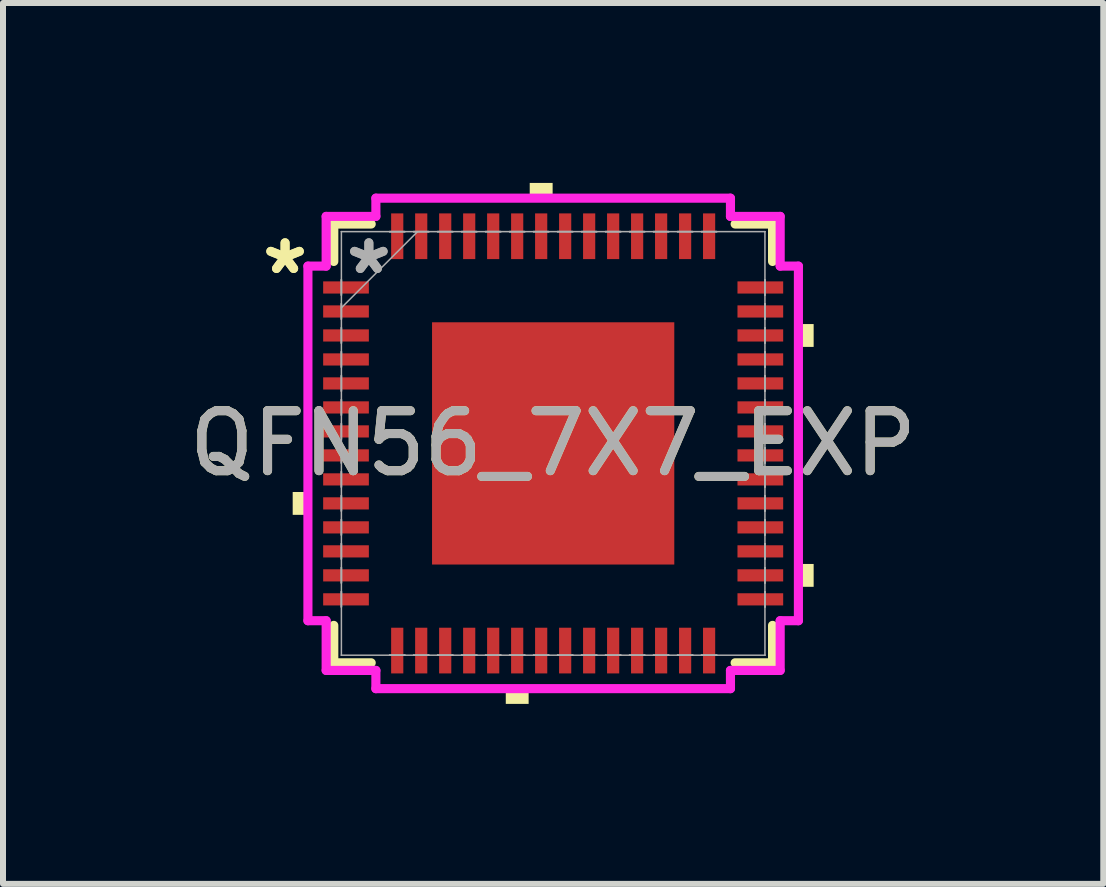
<source format=kicad_pcb>
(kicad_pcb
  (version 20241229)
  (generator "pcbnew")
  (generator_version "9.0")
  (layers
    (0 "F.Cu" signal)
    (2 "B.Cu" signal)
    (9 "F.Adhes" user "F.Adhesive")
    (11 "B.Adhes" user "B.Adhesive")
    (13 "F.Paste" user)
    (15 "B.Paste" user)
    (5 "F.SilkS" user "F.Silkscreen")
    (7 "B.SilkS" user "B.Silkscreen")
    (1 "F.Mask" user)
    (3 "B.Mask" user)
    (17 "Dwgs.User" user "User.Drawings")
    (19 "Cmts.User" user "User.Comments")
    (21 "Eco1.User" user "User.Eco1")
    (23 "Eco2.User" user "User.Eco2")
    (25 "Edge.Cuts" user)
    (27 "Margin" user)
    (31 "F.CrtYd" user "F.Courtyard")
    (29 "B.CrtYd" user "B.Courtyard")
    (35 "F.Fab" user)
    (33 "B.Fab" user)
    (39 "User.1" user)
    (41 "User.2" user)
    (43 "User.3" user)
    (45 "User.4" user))
  (footprint "QFN56_7X7_EXP"
    (layer "F.Cu")
    (at 6.173 4.343)
    (property "Reference" "QFN56_7X7_EXP" (at 0 0 0) (unlocked yes) (layer "F.SilkS") (effects (font (size 1 1) (thickness 0.15))))
    (attr smd)
    (fp_line (start -3.658 -3.658) (end -3.658 -3.034) (stroke (width 0.152) (type solid)) (layer "F.SilkS"))
    (fp_line (start -3.658 3.034) (end -3.658 3.658) (stroke (width 0.152) (type solid)) (layer "F.SilkS"))
    (fp_line (start -3.658 3.658) (end -3.034 3.658) (stroke (width 0.152) (type solid)) (layer "F.SilkS"))
    (fp_line (start -3.034 -3.658) (end -3.658 -3.658) (stroke (width 0.152) (type solid)) (layer "F.SilkS"))
    (fp_line (start 3.034 3.658) (end 3.658 3.658) (stroke (width 0.152) (type solid)) (layer "F.SilkS"))
    (fp_line (start 3.658 -3.658) (end 3.034 -3.658) (stroke (width 0.152) (type solid)) (layer "F.SilkS"))
    (fp_line (start 3.658 -3.034) (end 3.658 -3.658) (stroke (width 0.152) (type solid)) (layer "F.SilkS"))
    (fp_line (start 3.658 3.658) (end 3.658 3.034) (stroke (width 0.152) (type solid)) (layer "F.SilkS"))
    (fp_poly (pts (xy -4.343 0.81) (xy -4.343 1.191) (xy -4.089 1.191) (xy -4.089 0.81)) (stroke (width 0) (type solid)) (fill yes) (layer "F.SilkS"))
    (fp_poly (pts (xy -0.79 4.089) (xy -0.79 4.343) (xy -0.409 4.343) (xy -0.409 4.089)) (stroke (width 0) (type solid)) (fill yes) (layer "F.SilkS"))
    (fp_poly (pts (xy -0.391 -4.089) (xy -0.391 -4.343) (xy -0.009 -4.343) (xy -0.009 -4.089)) (stroke (width 0) (type solid)) (fill yes) (layer "F.SilkS"))
    (fp_poly (pts (xy 4.343 -1.99) (xy 4.343 -1.609) (xy 4.089 -1.609) (xy 4.089 -1.99)) (stroke (width 0) (type solid)) (fill yes) (layer "F.SilkS"))
    (fp_poly (pts (xy 4.343 2.01) (xy 4.343 2.391) (xy 4.089 2.391) (xy 4.089 2.01)) (stroke (width 0) (type solid)) (fill yes) (layer "F.SilkS"))
    (fp_poly (pts (xy -1.919 -1.919) (xy -1.919 -0.773) (xy -0.773 -0.773) (xy -0.773 -1.919)) (stroke (width 0) (type solid)) (fill yes) (layer "F.Paste"))
    (fp_poly (pts (xy -1.919 -0.573) (xy -1.919 0.573) (xy -0.773 0.573) (xy -0.773 -0.573)) (stroke (width 0) (type solid)) (fill yes) (layer "F.Paste"))
    (fp_poly (pts (xy -1.919 0.773) (xy -1.919 1.919) (xy -0.773 1.919) (xy -0.773 0.773)) (stroke (width 0) (type solid)) (fill yes) (layer "F.Paste"))
    (fp_poly (pts (xy -0.573 -1.919) (xy -0.573 -0.773) (xy 0.573 -0.773) (xy 0.573 -1.919)) (stroke (width 0) (type solid)) (fill yes) (layer "F.Paste"))
    (fp_poly (pts (xy -0.573 -0.573) (xy -0.573 0.573) (xy 0.573 0.573) (xy 0.573 -0.573)) (stroke (width 0) (type solid)) (fill yes) (layer "F.Paste"))
    (fp_poly (pts (xy -0.573 0.773) (xy -0.573 1.919) (xy 0.573 1.919) (xy 0.573 0.773)) (stroke (width 0) (type solid)) (fill yes) (layer "F.Paste"))
    (fp_poly (pts (xy 0.773 -1.919) (xy 0.773 -0.773) (xy 1.919 -0.773) (xy 1.919 -1.919)) (stroke (width 0) (type solid)) (fill yes) (layer "F.Paste"))
    (fp_poly (pts (xy 0.773 -0.573) (xy 0.773 0.573) (xy 1.919 0.573) (xy 1.919 -0.573)) (stroke (width 0) (type solid)) (fill yes) (layer "F.Paste"))
    (fp_poly (pts (xy 0.773 0.773) (xy 0.773 1.919) (xy 1.919 1.919) (xy 1.919 0.773)) (stroke (width 0) (type solid)) (fill yes) (layer "F.Paste"))
    (fp_line (start -4.089 -2.956) (end -3.785 -2.956) (stroke (width 0.152) (type solid)) (layer "F.CrtYd"))
    (fp_line (start -4.089 2.956) (end -4.089 -2.956) (stroke (width 0.152) (type solid)) (layer "F.CrtYd"))
    (fp_line (start -3.785 -3.785) (end -2.956 -3.785) (stroke (width 0.152) (type solid)) (layer "F.CrtYd"))
    (fp_line (start -3.785 -2.956) (end -3.785 -3.785) (stroke (width 0.152) (type solid)) (layer "F.CrtYd"))
    (fp_line (start -3.785 2.956) (end -4.089 2.956) (stroke (width 0.152) (type solid)) (layer "F.CrtYd"))
    (fp_line (start -3.785 3.785) (end -3.785 2.956) (stroke (width 0.152) (type solid)) (layer "F.CrtYd"))
    (fp_line (start -2.956 -4.089) (end 2.956 -4.089) (stroke (width 0.152) (type solid)) (layer "F.CrtYd"))
    (fp_line (start -2.956 -3.785) (end -2.956 -4.089) (stroke (width 0.152) (type solid)) (layer "F.CrtYd"))
    (fp_line (start -2.956 3.785) (end -3.785 3.785) (stroke (width 0.152) (type solid)) (layer "F.CrtYd"))
    (fp_line (start -2.956 4.089) (end -2.956 3.785) (stroke (width 0.152) (type solid)) (layer "F.CrtYd"))
    (fp_line (start 2.956 -4.089) (end 2.956 -3.785) (stroke (width 0.152) (type solid)) (layer "F.CrtYd"))
    (fp_line (start 2.956 -3.785) (end 3.785 -3.785) (stroke (width 0.152) (type solid)) (layer "F.CrtYd"))
    (fp_line (start 2.956 3.785) (end 2.956 4.089) (stroke (width 0.152) (type solid)) (layer "F.CrtYd"))
    (fp_line (start 2.956 4.089) (end -2.956 4.089) (stroke (width 0.152) (type solid)) (layer "F.CrtYd"))
    (fp_line (start 3.785 -3.785) (end 3.785 -2.956) (stroke (width 0.152) (type solid)) (layer "F.CrtYd"))
    (fp_line (start 3.785 -2.956) (end 4.089 -2.956) (stroke (width 0.152) (type solid)) (layer "F.CrtYd"))
    (fp_line (start 3.785 2.956) (end 3.785 3.785) (stroke (width 0.152) (type solid)) (layer "F.CrtYd"))
    (fp_line (start 3.785 3.785) (end 2.956 3.785) (stroke (width 0.152) (type solid)) (layer "F.CrtYd"))
    (fp_line (start 4.089 -2.956) (end 4.089 2.956) (stroke (width 0.152) (type solid)) (layer "F.CrtYd"))
    (fp_line (start 4.089 2.956) (end 3.785 2.956) (stroke (width 0.152) (type solid)) (layer "F.CrtYd"))
    (fp_line (start -3.531 -3.531) (end -3.531 -3.531) (stroke (width 0.025) (type solid)) (layer "F.Fab"))
    (fp_line (start -3.531 -3.531) (end -3.531 3.531) (stroke (width 0.025) (type solid)) (layer "F.Fab"))
    (fp_line (start -3.531 -2.727) (end -3.531 -2.727) (stroke (width 0.025) (type solid)) (layer "F.Fab"))
    (fp_line (start -3.531 -2.727) (end -3.531 -2.473) (stroke (width 0.025) (type solid)) (layer "F.Fab"))
    (fp_line (start -3.531 -2.473) (end -3.531 -2.727) (stroke (width 0.025) (type solid)) (layer "F.Fab"))
    (fp_line (start -3.531 -2.473) (end -3.531 -2.473) (stroke (width 0.025) (type solid)) (layer "F.Fab"))
    (fp_line (start -3.531 -2.327) (end -3.531 -2.327) (stroke (width 0.025) (type solid)) (layer "F.Fab"))
    (fp_line (start -3.531 -2.327) (end -3.531 -2.073) (stroke (width 0.025) (type solid)) (layer "F.Fab"))
    (fp_line (start -3.531 -2.261) (end -2.261 -3.531) (stroke (width 0.025) (type solid)) (layer "F.Fab"))
    (fp_line (start -3.531 -2.073) (end -3.531 -2.327) (stroke (width 0.025) (type solid)) (layer "F.Fab"))
    (fp_line (start -3.531 -2.073) (end -3.531 -2.073) (stroke (width 0.025) (type solid)) (layer "F.Fab"))
    (fp_line (start -3.531 -1.927) (end -3.531 -1.927) (stroke (width 0.025) (type solid)) (layer "F.Fab"))
    (fp_line (start -3.531 -1.927) (end -3.531 -1.673) (stroke (width 0.025) (type solid)) (layer "F.Fab"))
    (fp_line (start -3.531 -1.673) (end -3.531 -1.927) (stroke (width 0.025) (type solid)) (layer "F.Fab"))
    (fp_line (start -3.531 -1.673) (end -3.531 -1.673) (stroke (width 0.025) (type solid)) (layer "F.Fab"))
    (fp_line (start -3.531 -1.527) (end -3.531 -1.527) (stroke (width 0.025) (type solid)) (layer "F.Fab"))
    (fp_line (start -3.531 -1.527) (end -3.531 -1.273) (stroke (width 0.025) (type solid)) (layer "F.Fab"))
    (fp_line (start -3.531 -1.273) (end -3.531 -1.527) (stroke (width 0.025) (type solid)) (layer "F.Fab"))
    (fp_line (start -3.531 -1.273) (end -3.531 -1.273) (stroke (width 0.025) (type solid)) (layer "F.Fab"))
    (fp_line (start -3.531 -1.127) (end -3.531 -1.127) (stroke (width 0.025) (type solid)) (layer "F.Fab"))
    (fp_line (start -3.531 -1.127) (end -3.531 -0.873) (stroke (width 0.025) (type solid)) (layer "F.Fab"))
    (fp_line (start -3.531 -0.873) (end -3.531 -1.127) (stroke (width 0.025) (type solid)) (layer "F.Fab"))
    (fp_line (start -3.531 -0.873) (end -3.531 -0.873) (stroke (width 0.025) (type solid)) (layer "F.Fab"))
    (fp_line (start -3.531 -0.727) (end -3.531 -0.727) (stroke (width 0.025) (type solid)) (layer "F.Fab"))
    (fp_line (start -3.531 -0.727) (end -3.531 -0.473) (stroke (width 0.025) (type solid)) (layer "F.Fab"))
    (fp_line (start -3.531 -0.473) (end -3.531 -0.727) (stroke (width 0.025) (type solid)) (layer "F.Fab"))
    (fp_line (start -3.531 -0.473) (end -3.531 -0.473) (stroke (width 0.025) (type solid)) (layer "F.Fab"))
    (fp_line (start -3.531 -0.327) (end -3.531 -0.327) (stroke (width 0.025) (type solid)) (layer "F.Fab"))
    (fp_line (start -3.531 -0.327) (end -3.531 -0.073) (stroke (width 0.025) (type solid)) (layer "F.Fab"))
    (fp_line (start -3.531 -0.073) (end -3.531 -0.327) (stroke (width 0.025) (type solid)) (layer "F.Fab"))
    (fp_line (start -3.531 -0.073) (end -3.531 -0.073) (stroke (width 0.025) (type solid)) (layer "F.Fab"))
    (fp_line (start -3.531 0.073) (end -3.531 0.073) (stroke (width 0.025) (type solid)) (layer "F.Fab"))
    (fp_line (start -3.531 0.073) (end -3.531 0.327) (stroke (width 0.025) (type solid)) (layer "F.Fab"))
    (fp_line (start -3.531 0.327) (end -3.531 0.073) (stroke (width 0.025) (type solid)) (layer "F.Fab"))
    (fp_line (start -3.531 0.327) (end -3.531 0.327) (stroke (width 0.025) (type solid)) (layer "F.Fab"))
    (fp_line (start -3.531 0.473) (end -3.531 0.473) (stroke (width 0.025) (type solid)) (layer "F.Fab"))
    (fp_line (start -3.531 0.473) (end -3.531 0.727) (stroke (width 0.025) (type solid)) (layer "F.Fab"))
    (fp_line (start -3.531 0.727) (end -3.531 0.473) (stroke (width 0.025) (type solid)) (layer "F.Fab"))
    (fp_line (start -3.531 0.727) (end -3.531 0.727) (stroke (width 0.025) (type solid)) (layer "F.Fab"))
    (fp_line (start -3.531 0.873) (end -3.531 0.873) (stroke (width 0.025) (type solid)) (layer "F.Fab"))
    (fp_line (start -3.531 0.873) (end -3.531 1.127) (stroke (width 0.025) (type solid)) (layer "F.Fab"))
    (fp_line (start -3.531 1.127) (end -3.531 0.873) (stroke (width 0.025) (type solid)) (layer "F.Fab"))
    (fp_line (start -3.531 1.127) (end -3.531 1.127) (stroke (width 0.025) (type solid)) (layer "F.Fab"))
    (fp_line (start -3.531 1.273) (end -3.531 1.273) (stroke (width 0.025) (type solid)) (layer "F.Fab"))
    (fp_line (start -3.531 1.273) (end -3.531 1.527) (stroke (width 0.025) (type solid)) (layer "F.Fab"))
    (fp_line (start -3.531 1.527) (end -3.531 1.273) (stroke (width 0.025) (type solid)) (layer "F.Fab"))
    (fp_line (start -3.531 1.527) (end -3.531 1.527) (stroke (width 0.025) (type solid)) (layer "F.Fab"))
    (fp_line (start -3.531 1.673) (end -3.531 1.673) (stroke (width 0.025) (type solid)) (layer "F.Fab"))
    (fp_line (start -3.531 1.673) (end -3.531 1.927) (stroke (width 0.025) (type solid)) (layer "F.Fab"))
    (fp_line (start -3.531 1.927) (end -3.531 1.673) (stroke (width 0.025) (type solid)) (layer "F.Fab"))
    (fp_line (start -3.531 1.927) (end -3.531 1.927) (stroke (width 0.025) (type solid)) (layer "F.Fab"))
    (fp_line (start -3.531 2.073) (end -3.531 2.073) (stroke (width 0.025) (type solid)) (layer "F.Fab"))
    (fp_line (start -3.531 2.073) (end -3.531 2.327) (stroke (width 0.025) (type solid)) (layer "F.Fab"))
    (fp_line (start -3.531 2.327) (end -3.531 2.073) (stroke (width 0.025) (type solid)) (layer "F.Fab"))
    (fp_line (start -3.531 2.327) (end -3.531 2.327) (stroke (width 0.025) (type solid)) (layer "F.Fab"))
    (fp_line (start -3.531 2.473) (end -3.531 2.473) (stroke (width 0.025) (type solid)) (layer "F.Fab"))
    (fp_line (start -3.531 2.473) (end -3.531 2.727) (stroke (width 0.025) (type solid)) (layer "F.Fab"))
    (fp_line (start -3.531 2.727) (end -3.531 2.473) (stroke (width 0.025) (type solid)) (layer "F.Fab"))
    (fp_line (start -3.531 2.727) (end -3.531 2.727) (stroke (width 0.025) (type solid)) (layer "F.Fab"))
    (fp_line (start -3.531 3.531) (end -3.531 3.531) (stroke (width 0.025) (type solid)) (layer "F.Fab"))
    (fp_line (start -3.531 3.531) (end 3.531 3.531) (stroke (width 0.025) (type solid)) (layer "F.Fab"))
    (fp_line (start -2.727 -3.531) (end -2.727 -3.531) (stroke (width 0.025) (type solid)) (layer "F.Fab"))
    (fp_line (start -2.727 -3.531) (end -2.473 -3.531) (stroke (width 0.025) (type solid)) (layer "F.Fab"))
    (fp_line (start -2.727 3.531) (end -2.727 3.531) (stroke (width 0.025) (type solid)) (layer "F.Fab"))
    (fp_line (start -2.727 3.531) (end -2.473 3.531) (stroke (width 0.025) (type solid)) (layer "F.Fab"))
    (fp_line (start -2.473 -3.531) (end -2.727 -3.531) (stroke (width 0.025) (type solid)) (layer "F.Fab"))
    (fp_line (start -2.473 -3.531) (end -2.473 -3.531) (stroke (width 0.025) (type solid)) (layer "F.Fab"))
    (fp_line (start -2.473 3.531) (end -2.727 3.531) (stroke (width 0.025) (type solid)) (layer "F.Fab"))
    (fp_line (start -2.473 3.531) (end -2.473 3.531) (stroke (width 0.025) (type solid)) (layer "F.Fab"))
    (fp_line (start -2.327 -3.531) (end -2.327 -3.531) (stroke (width 0.025) (type solid)) (layer "F.Fab"))
    (fp_line (start -2.327 -3.531) (end -2.073 -3.531) (stroke (width 0.025) (type solid)) (layer "F.Fab"))
    (fp_line (start -2.327 3.531) (end -2.327 3.531) (stroke (width 0.025) (type solid)) (layer "F.Fab"))
    (fp_line (start -2.327 3.531) (end -2.073 3.531) (stroke (width 0.025) (type solid)) (layer "F.Fab"))
    (fp_line (start -2.073 -3.531) (end -2.327 -3.531) (stroke (width 0.025) (type solid)) (layer "F.Fab"))
    (fp_line (start -2.073 -3.531) (end -2.073 -3.531) (stroke (width 0.025) (type solid)) (layer "F.Fab"))
    (fp_line (start -2.073 3.531) (end -2.327 3.531) (stroke (width 0.025) (type solid)) (layer "F.Fab"))
    (fp_line (start -2.073 3.531) (end -2.073 3.531) (stroke (width 0.025) (type solid)) (layer "F.Fab"))
    (fp_line (start -1.927 -3.531) (end -1.927 -3.531) (stroke (width 0.025) (type solid)) (layer "F.Fab"))
    (fp_line (start -1.927 -3.531) (end -1.673 -3.531) (stroke (width 0.025) (type solid)) (layer "F.Fab"))
    (fp_line (start -1.927 3.531) (end -1.927 3.531) (stroke (width 0.025) (type solid)) (layer "F.Fab"))
    (fp_line (start -1.927 3.531) (end -1.673 3.531) (stroke (width 0.025) (type solid)) (layer "F.Fab"))
    (fp_line (start -1.673 -3.531) (end -1.927 -3.531) (stroke (width 0.025) (type solid)) (layer "F.Fab"))
    (fp_line (start -1.673 -3.531) (end -1.673 -3.531) (stroke (width 0.025) (type solid)) (layer "F.Fab"))
    (fp_line (start -1.673 3.531) (end -1.927 3.531) (stroke (width 0.025) (type solid)) (layer "F.Fab"))
    (fp_line (start -1.673 3.531) (end -1.673 3.531) (stroke (width 0.025) (type solid)) (layer "F.Fab"))
    (fp_line (start -1.527 -3.531) (end -1.527 -3.531) (stroke (width 0.025) (type solid)) (layer "F.Fab"))
    (fp_line (start -1.527 -3.531) (end -1.273 -3.531) (stroke (width 0.025) (type solid)) (layer "F.Fab"))
    (fp_line (start -1.527 3.531) (end -1.527 3.531) (stroke (width 0.025) (type solid)) (layer "F.Fab"))
    (fp_line (start -1.527 3.531) (end -1.273 3.531) (stroke (width 0.025) (type solid)) (layer "F.Fab"))
    (fp_line (start -1.273 -3.531) (end -1.527 -3.531) (stroke (width 0.025) (type solid)) (layer "F.Fab"))
    (fp_line (start -1.273 -3.531) (end -1.273 -3.531) (stroke (width 0.025) (type solid)) (layer "F.Fab"))
    (fp_line (start -1.273 3.531) (end -1.527 3.531) (stroke (width 0.025) (type solid)) (layer "F.Fab"))
    (fp_line (start -1.273 3.531) (end -1.273 3.531) (stroke (width 0.025) (type solid)) (layer "F.Fab"))
    (fp_line (start -1.127 -3.531) (end -1.127 -3.531) (stroke (width 0.025) (type solid)) (layer "F.Fab"))
    (fp_line (start -1.127 -3.531) (end -0.873 -3.531) (stroke (width 0.025) (type solid)) (layer "F.Fab"))
    (fp_line (start -1.127 3.531) (end -1.127 3.531) (stroke (width 0.025) (type solid)) (layer "F.Fab"))
    (fp_line (start -1.127 3.531) (end -0.873 3.531) (stroke (width 0.025) (type solid)) (layer "F.Fab"))
    (fp_line (start -0.873 -3.531) (end -1.127 -3.531) (stroke (width 0.025) (type solid)) (layer "F.Fab"))
    (fp_line (start -0.873 -3.531) (end -0.873 -3.531) (stroke (width 0.025) (type solid)) (layer "F.Fab"))
    (fp_line (start -0.873 3.531) (end -1.127 3.531) (stroke (width 0.025) (type solid)) (layer "F.Fab"))
    (fp_line (start -0.873 3.531) (end -0.873 3.531) (stroke (width 0.025) (type solid)) (layer "F.Fab"))
    (fp_line (start -0.727 -3.531) (end -0.727 -3.531) (stroke (width 0.025) (type solid)) (layer "F.Fab"))
    (fp_line (start -0.727 -3.531) (end -0.473 -3.531) (stroke (width 0.025) (type solid)) (layer "F.Fab"))
    (fp_line (start -0.727 3.531) (end -0.727 3.531) (stroke (width 0.025) (type solid)) (layer "F.Fab"))
    (fp_line (start -0.727 3.531) (end -0.473 3.531) (stroke (width 0.025) (type solid)) (layer "F.Fab"))
    (fp_line (start -0.473 -3.531) (end -0.727 -3.531) (stroke (width 0.025) (type solid)) (layer "F.Fab"))
    (fp_line (start -0.473 -3.531) (end -0.473 -3.531) (stroke (width 0.025) (type solid)) (layer "F.Fab"))
    (fp_line (start -0.473 3.531) (end -0.727 3.531) (stroke (width 0.025) (type solid)) (layer "F.Fab"))
    (fp_line (start -0.473 3.531) (end -0.473 3.531) (stroke (width 0.025) (type solid)) (layer "F.Fab"))
    (fp_line (start -0.327 -3.531) (end -0.327 -3.531) (stroke (width 0.025) (type solid)) (layer "F.Fab"))
    (fp_line (start -0.327 -3.531) (end -0.073 -3.531) (stroke (width 0.025) (type solid)) (layer "F.Fab"))
    (fp_line (start -0.327 3.531) (end -0.327 3.531) (stroke (width 0.025) (type solid)) (layer "F.Fab"))
    (fp_line (start -0.327 3.531) (end -0.073 3.531) (stroke (width 0.025) (type solid)) (layer "F.Fab"))
    (fp_line (start -0.073 -3.531) (end -0.327 -3.531) (stroke (width 0.025) (type solid)) (layer "F.Fab"))
    (fp_line (start -0.073 -3.531) (end -0.073 -3.531) (stroke (width 0.025) (type solid)) (layer "F.Fab"))
    (fp_line (start -0.073 3.531) (end -0.327 3.531) (stroke (width 0.025) (type solid)) (layer "F.Fab"))
    (fp_line (start -0.073 3.531) (end -0.073 3.531) (stroke (width 0.025) (type solid)) (layer "F.Fab"))
    (fp_line (start 0.073 -3.531) (end 0.073 -3.531) (stroke (width 0.025) (type solid)) (layer "F.Fab"))
    (fp_line (start 0.073 -3.531) (end 0.327 -3.531) (stroke (width 0.025) (type solid)) (layer "F.Fab"))
    (fp_line (start 0.073 3.531) (end 0.073 3.531) (stroke (width 0.025) (type solid)) (layer "F.Fab"))
    (fp_line (start 0.073 3.531) (end 0.327 3.531) (stroke (width 0.025) (type solid)) (layer "F.Fab"))
    (fp_line (start 0.327 -3.531) (end 0.073 -3.531) (stroke (width 0.025) (type solid)) (layer "F.Fab"))
    (fp_line (start 0.327 -3.531) (end 0.327 -3.531) (stroke (width 0.025) (type solid)) (layer "F.Fab"))
    (fp_line (start 0.327 3.531) (end 0.073 3.531) (stroke (width 0.025) (type solid)) (layer "F.Fab"))
    (fp_line (start 0.327 3.531) (end 0.327 3.531) (stroke (width 0.025) (type solid)) (layer "F.Fab"))
    (fp_line (start 0.473 -3.531) (end 0.473 -3.531) (stroke (width 0.025) (type solid)) (layer "F.Fab"))
    (fp_line (start 0.473 -3.531) (end 0.727 -3.531) (stroke (width 0.025) (type solid)) (layer "F.Fab"))
    (fp_line (start 0.473 3.531) (end 0.473 3.531) (stroke (width 0.025) (type solid)) (layer "F.Fab"))
    (fp_line (start 0.473 3.531) (end 0.727 3.531) (stroke (width 0.025) (type solid)) (layer "F.Fab"))
    (fp_line (start 0.727 -3.531) (end 0.473 -3.531) (stroke (width 0.025) (type solid)) (layer "F.Fab"))
    (fp_line (start 0.727 -3.531) (end 0.727 -3.531) (stroke (width 0.025) (type solid)) (layer "F.Fab"))
    (fp_line (start 0.727 3.531) (end 0.473 3.531) (stroke (width 0.025) (type solid)) (layer "F.Fab"))
    (fp_line (start 0.727 3.531) (end 0.727 3.531) (stroke (width 0.025) (type solid)) (layer "F.Fab"))
    (fp_line (start 0.873 -3.531) (end 0.873 -3.531) (stroke (width 0.025) (type solid)) (layer "F.Fab"))
    (fp_line (start 0.873 -3.531) (end 1.127 -3.531) (stroke (width 0.025) (type solid)) (layer "F.Fab"))
    (fp_line (start 0.873 3.531) (end 0.873 3.531) (stroke (width 0.025) (type solid)) (layer "F.Fab"))
    (fp_line (start 0.873 3.531) (end 1.127 3.531) (stroke (width 0.025) (type solid)) (layer "F.Fab"))
    (fp_line (start 1.127 -3.531) (end 0.873 -3.531) (stroke (width 0.025) (type solid)) (layer "F.Fab"))
    (fp_line (start 1.127 -3.531) (end 1.127 -3.531) (stroke (width 0.025) (type solid)) (layer "F.Fab"))
    (fp_line (start 1.127 3.531) (end 0.873 3.531) (stroke (width 0.025) (type solid)) (layer "F.Fab"))
    (fp_line (start 1.127 3.531) (end 1.127 3.531) (stroke (width 0.025) (type solid)) (layer "F.Fab"))
    (fp_line (start 1.273 -3.531) (end 1.273 -3.531) (stroke (width 0.025) (type solid)) (layer "F.Fab"))
    (fp_line (start 1.273 -3.531) (end 1.527 -3.531) (stroke (width 0.025) (type solid)) (layer "F.Fab"))
    (fp_line (start 1.273 3.531) (end 1.273 3.531) (stroke (width 0.025) (type solid)) (layer "F.Fab"))
    (fp_line (start 1.273 3.531) (end 1.527 3.531) (stroke (width 0.025) (type solid)) (layer "F.Fab"))
    (fp_line (start 1.527 -3.531) (end 1.273 -3.531) (stroke (width 0.025) (type solid)) (layer "F.Fab"))
    (fp_line (start 1.527 -3.531) (end 1.527 -3.531) (stroke (width 0.025) (type solid)) (layer "F.Fab"))
    (fp_line (start 1.527 3.531) (end 1.273 3.531) (stroke (width 0.025) (type solid)) (layer "F.Fab"))
    (fp_line (start 1.527 3.531) (end 1.527 3.531) (stroke (width 0.025) (type solid)) (layer "F.Fab"))
    (fp_line (start 1.673 -3.531) (end 1.673 -3.531) (stroke (width 0.025) (type solid)) (layer "F.Fab"))
    (fp_line (start 1.673 -3.531) (end 1.927 -3.531) (stroke (width 0.025) (type solid)) (layer "F.Fab"))
    (fp_line (start 1.673 3.531) (end 1.673 3.531) (stroke (width 0.025) (type solid)) (layer "F.Fab"))
    (fp_line (start 1.673 3.531) (end 1.927 3.531) (stroke (width 0.025) (type solid)) (layer "F.Fab"))
    (fp_line (start 1.927 -3.531) (end 1.673 -3.531) (stroke (width 0.025) (type solid)) (layer "F.Fab"))
    (fp_line (start 1.927 -3.531) (end 1.927 -3.531) (stroke (width 0.025) (type solid)) (layer "F.Fab"))
    (fp_line (start 1.927 3.531) (end 1.673 3.531) (stroke (width 0.025) (type solid)) (layer "F.Fab"))
    (fp_line (start 1.927 3.531) (end 1.927 3.531) (stroke (width 0.025) (type solid)) (layer "F.Fab"))
    (fp_line (start 2.073 -3.531) (end 2.073 -3.531) (stroke (width 0.025) (type solid)) (layer "F.Fab"))
    (fp_line (start 2.073 -3.531) (end 2.327 -3.531) (stroke (width 0.025) (type solid)) (layer "F.Fab"))
    (fp_line (start 2.073 3.531) (end 2.073 3.531) (stroke (width 0.025) (type solid)) (layer "F.Fab"))
    (fp_line (start 2.073 3.531) (end 2.327 3.531) (stroke (width 0.025) (type solid)) (layer "F.Fab"))
    (fp_line (start 2.327 -3.531) (end 2.073 -3.531) (stroke (width 0.025) (type solid)) (layer "F.Fab"))
    (fp_line (start 2.327 -3.531) (end 2.327 -3.531) (stroke (width 0.025) (type solid)) (layer "F.Fab"))
    (fp_line (start 2.327 3.531) (end 2.073 3.531) (stroke (width 0.025) (type solid)) (layer "F.Fab"))
    (fp_line (start 2.327 3.531) (end 2.327 3.531) (stroke (width 0.025) (type solid)) (layer "F.Fab"))
    (fp_line (start 2.473 -3.531) (end 2.473 -3.531) (stroke (width 0.025) (type solid)) (layer "F.Fab"))
    (fp_line (start 2.473 -3.531) (end 2.727 -3.531) (stroke (width 0.025) (type solid)) (layer "F.Fab"))
    (fp_line (start 2.473 3.531) (end 2.473 3.531) (stroke (width 0.025) (type solid)) (layer "F.Fab"))
    (fp_line (start 2.473 3.531) (end 2.727 3.531) (stroke (width 0.025) (type solid)) (layer "F.Fab"))
    (fp_line (start 2.727 -3.531) (end 2.473 -3.531) (stroke (width 0.025) (type solid)) (layer "F.Fab"))
    (fp_line (start 2.727 -3.531) (end 2.727 -3.531) (stroke (width 0.025) (type solid)) (layer "F.Fab"))
    (fp_line (start 2.727 3.531) (end 2.473 3.531) (stroke (width 0.025) (type solid)) (layer "F.Fab"))
    (fp_line (start 2.727 3.531) (end 2.727 3.531) (stroke (width 0.025) (type solid)) (layer "F.Fab"))
    (fp_line (start 3.531 -3.531) (end -3.531 -3.531) (stroke (width 0.025) (type solid)) (layer "F.Fab"))
    (fp_line (start 3.531 -3.531) (end 3.531 -3.531) (stroke (width 0.025) (type solid)) (layer "F.Fab"))
    (fp_line (start 3.531 -2.727) (end 3.531 -2.727) (stroke (width 0.025) (type solid)) (layer "F.Fab"))
    (fp_line (start 3.531 -2.727) (end 3.531 -2.473) (stroke (width 0.025) (type solid)) (layer "F.Fab"))
    (fp_line (start 3.531 -2.473) (end 3.531 -2.727) (stroke (width 0.025) (type solid)) (layer "F.Fab"))
    (fp_line (start 3.531 -2.473) (end 3.531 -2.473) (stroke (width 0.025) (type solid)) (layer "F.Fab"))
    (fp_line (start 3.531 -2.327) (end 3.531 -2.327) (stroke (width 0.025) (type solid)) (layer "F.Fab"))
    (fp_line (start 3.531 -2.327) (end 3.531 -2.073) (stroke (width 0.025) (type solid)) (layer "F.Fab"))
    (fp_line (start 3.531 -2.073) (end 3.531 -2.327) (stroke (width 0.025) (type solid)) (layer "F.Fab"))
    (fp_line (start 3.531 -2.073) (end 3.531 -2.073) (stroke (width 0.025) (type solid)) (layer "F.Fab"))
    (fp_line (start 3.531 -1.927) (end 3.531 -1.927) (stroke (width 0.025) (type solid)) (layer "F.Fab"))
    (fp_line (start 3.531 -1.927) (end 3.531 -1.673) (stroke (width 0.025) (type solid)) (layer "F.Fab"))
    (fp_line (start 3.531 -1.673) (end 3.531 -1.927) (stroke (width 0.025) (type solid)) (layer "F.Fab"))
    (fp_line (start 3.531 -1.673) (end 3.531 -1.673) (stroke (width 0.025) (type solid)) (layer "F.Fab"))
    (fp_line (start 3.531 -1.527) (end 3.531 -1.527) (stroke (width 0.025) (type solid)) (layer "F.Fab"))
    (fp_line (start 3.531 -1.527) (end 3.531 -1.273) (stroke (width 0.025) (type solid)) (layer "F.Fab"))
    (fp_line (start 3.531 -1.273) (end 3.531 -1.527) (stroke (width 0.025) (type solid)) (layer "F.Fab"))
    (fp_line (start 3.531 -1.273) (end 3.531 -1.273) (stroke (width 0.025) (type solid)) (layer "F.Fab"))
    (fp_line (start 3.531 -1.127) (end 3.531 -1.127) (stroke (width 0.025) (type solid)) (layer "F.Fab"))
    (fp_line (start 3.531 -1.127) (end 3.531 -0.873) (stroke (width 0.025) (type solid)) (layer "F.Fab"))
    (fp_line (start 3.531 -0.873) (end 3.531 -1.127) (stroke (width 0.025) (type solid)) (layer "F.Fab"))
    (fp_line (start 3.531 -0.873) (end 3.531 -0.873) (stroke (width 0.025) (type solid)) (layer "F.Fab"))
    (fp_line (start 3.531 -0.727) (end 3.531 -0.727) (stroke (width 0.025) (type solid)) (layer "F.Fab"))
    (fp_line (start 3.531 -0.727) (end 3.531 -0.473) (stroke (width 0.025) (type solid)) (layer "F.Fab"))
    (fp_line (start 3.531 -0.473) (end 3.531 -0.727) (stroke (width 0.025) (type solid)) (layer "F.Fab"))
    (fp_line (start 3.531 -0.473) (end 3.531 -0.473) (stroke (width 0.025) (type solid)) (layer "F.Fab"))
    (fp_line (start 3.531 -0.327) (end 3.531 -0.327) (stroke (width 0.025) (type solid)) (layer "F.Fab"))
    (fp_line (start 3.531 -0.327) (end 3.531 -0.073) (stroke (width 0.025) (type solid)) (layer "F.Fab"))
    (fp_line (start 3.531 -0.073) (end 3.531 -0.327) (stroke (width 0.025) (type solid)) (layer "F.Fab"))
    (fp_line (start 3.531 -0.073) (end 3.531 -0.073) (stroke (width 0.025) (type solid)) (layer "F.Fab"))
    (fp_line (start 3.531 0.073) (end 3.531 0.073) (stroke (width 0.025) (type solid)) (layer "F.Fab"))
    (fp_line (start 3.531 0.073) (end 3.531 0.327) (stroke (width 0.025) (type solid)) (layer "F.Fab"))
    (fp_line (start 3.531 0.327) (end 3.531 0.073) (stroke (width 0.025) (type solid)) (layer "F.Fab"))
    (fp_line (start 3.531 0.327) (end 3.531 0.327) (stroke (width 0.025) (type solid)) (layer "F.Fab"))
    (fp_line (start 3.531 0.473) (end 3.531 0.473) (stroke (width 0.025) (type solid)) (layer "F.Fab"))
    (fp_line (start 3.531 0.473) (end 3.531 0.727) (stroke (width 0.025) (type solid)) (layer "F.Fab"))
    (fp_line (start 3.531 0.727) (end 3.531 0.473) (stroke (width 0.025) (type solid)) (layer "F.Fab"))
    (fp_line (start 3.531 0.727) (end 3.531 0.727) (stroke (width 0.025) (type solid)) (layer "F.Fab"))
    (fp_line (start 3.531 0.873) (end 3.531 0.873) (stroke (width 0.025) (type solid)) (layer "F.Fab"))
    (fp_line (start 3.531 0.873) (end 3.531 1.127) (stroke (width 0.025) (type solid)) (layer "F.Fab"))
    (fp_line (start 3.531 1.127) (end 3.531 0.873) (stroke (width 0.025) (type solid)) (layer "F.Fab"))
    (fp_line (start 3.531 1.127) (end 3.531 1.127) (stroke (width 0.025) (type solid)) (layer "F.Fab"))
    (fp_line (start 3.531 1.273) (end 3.531 1.273) (stroke (width 0.025) (type solid)) (layer "F.Fab"))
    (fp_line (start 3.531 1.273) (end 3.531 1.527) (stroke (width 0.025) (type solid)) (layer "F.Fab"))
    (fp_line (start 3.531 1.527) (end 3.531 1.273) (stroke (width 0.025) (type solid)) (layer "F.Fab"))
    (fp_line (start 3.531 1.527) (end 3.531 1.527) (stroke (width 0.025) (type solid)) (layer "F.Fab"))
    (fp_line (start 3.531 1.673) (end 3.531 1.673) (stroke (width 0.025) (type solid)) (layer "F.Fab"))
    (fp_line (start 3.531 1.673) (end 3.531 1.927) (stroke (width 0.025) (type solid)) (layer "F.Fab"))
    (fp_line (start 3.531 1.927) (end 3.531 1.673) (stroke (width 0.025) (type solid)) (layer "F.Fab"))
    (fp_line (start 3.531 1.927) (end 3.531 1.927) (stroke (width 0.025) (type solid)) (layer "F.Fab"))
    (fp_line (start 3.531 2.073) (end 3.531 2.073) (stroke (width 0.025) (type solid)) (layer "F.Fab"))
    (fp_line (start 3.531 2.073) (end 3.531 2.327) (stroke (width 0.025) (type solid)) (layer "F.Fab"))
    (fp_line (start 3.531 2.327) (end 3.531 2.073) (stroke (width 0.025) (type solid)) (layer "F.Fab"))
    (fp_line (start 3.531 2.327) (end 3.531 2.327) (stroke (width 0.025) (type solid)) (layer "F.Fab"))
    (fp_line (start 3.531 2.473) (end 3.531 2.473) (stroke (width 0.025) (type solid)) (layer "F.Fab"))
    (fp_line (start 3.531 2.473) (end 3.531 2.727) (stroke (width 0.025) (type solid)) (layer "F.Fab"))
    (fp_line (start 3.531 2.727) (end 3.531 2.473) (stroke (width 0.025) (type solid)) (layer "F.Fab"))
    (fp_line (start 3.531 2.727) (end 3.531 2.727) (stroke (width 0.025) (type solid)) (layer "F.Fab"))
    (fp_line (start 3.531 3.531) (end 3.531 -3.531) (stroke (width 0.025) (type solid)) (layer "F.Fab"))
    (fp_line (start 3.531 3.531) (end 3.531 3.531) (stroke (width 0.025) (type solid)) (layer "F.Fab"))
    (fp_text user "*" (at -4.47 -2.8 0) (layer "F.SilkS") (effects (font (size 1 1) (thickness 0.15))))
    (fp_text user "*" (at -4.47 -2.8 0) (unlocked yes) (layer "F.SilkS") (effects (font (size 1 1) (thickness 0.15))))
    (fp_text user "*" (at -3.073 -2.8 0) (unlocked yes) (layer "F.Fab") (effects (font (size 1 1) (thickness 0.15))))
    (fp_text user "${REFERENCE}" (at 0 0 0) (unlocked yes) (layer "F.Fab") (effects (font (size 1 1) (thickness 0.15))))
    (fp_text user "*" (at -3.073 -2.8 0) (layer "F.Fab") (effects (font (size 1 1) (thickness 0.15))))
    (pad "1" smd rect (at -3.454 -2.6 90) (size 0.203 0.762) (layers "F.Cu" "F.Mask" "F.Paste"))
    (pad "2" smd rect (at -3.454 -2.2 90) (size 0.203 0.762) (layers "F.Cu" "F.Mask" "F.Paste"))
    (pad "3" smd rect (at -3.454 -1.8 90) (size 0.203 0.762) (layers "F.Cu" "F.Mask" "F.Paste"))
    (pad "4" smd rect (at -3.454 -1.4 90) (size 0.203 0.762) (layers "F.Cu" "F.Mask" "F.Paste"))
    (pad "5" smd rect (at -3.454 -1 90) (size 0.203 0.762) (layers "F.Cu" "F.Mask" "F.Paste"))
    (pad "6" smd rect (at -3.454 -0.6 90) (size 0.203 0.762) (layers "F.Cu" "F.Mask" "F.Paste"))
    (pad "7" smd rect (at -3.454 -0.2 90) (size 0.203 0.762) (layers "F.Cu" "F.Mask" "F.Paste"))
    (pad "8" smd rect (at -3.454 0.2 90) (size 0.203 0.762) (layers "F.Cu" "F.Mask" "F.Paste"))
    (pad "9" smd rect (at -3.454 0.6 90) (size 0.203 0.762) (layers "F.Cu" "F.Mask" "F.Paste"))
    (pad "10" smd rect (at -3.454 1 90) (size 0.203 0.762) (layers "F.Cu" "F.Mask" "F.Paste"))
    (pad "11" smd rect (at -3.454 1.4 90) (size 0.203 0.762) (layers "F.Cu" "F.Mask" "F.Paste"))
    (pad "12" smd rect (at -3.454 1.8 90) (size 0.203 0.762) (layers "F.Cu" "F.Mask" "F.Paste"))
    (pad "13" smd rect (at -3.454 2.2 90) (size 0.203 0.762) (layers "F.Cu" "F.Mask" "F.Paste"))
    (pad "14" smd rect (at -3.454 2.6 90) (size 0.203 0.762) (layers "F.Cu" "F.Mask" "F.Paste"))
    (pad "15" smd rect (at -2.6 3.454) (size 0.203 0.762) (layers "F.Cu" "F.Mask" "F.Paste"))
    (pad "16" smd rect (at -2.2 3.454) (size 0.203 0.762) (layers "F.Cu" "F.Mask" "F.Paste"))
    (pad "17" smd rect (at -1.8 3.454) (size 0.203 0.762) (layers "F.Cu" "F.Mask" "F.Paste"))
    (pad "18" smd rect (at -1.4 3.454) (size 0.203 0.762) (layers "F.Cu" "F.Mask" "F.Paste"))
    (pad "19" smd rect (at -1 3.454) (size 0.203 0.762) (layers "F.Cu" "F.Mask" "F.Paste"))
    (pad "20" smd rect (at -0.6 3.454) (size 0.203 0.762) (layers "F.Cu" "F.Mask" "F.Paste"))
    (pad "21" smd rect (at -0.2 3.454) (size 0.203 0.762) (layers "F.Cu" "F.Mask" "F.Paste"))
    (pad "22" smd rect (at 0.2 3.454) (size 0.203 0.762) (layers "F.Cu" "F.Mask" "F.Paste"))
    (pad "23" smd rect (at 0.6 3.454) (size 0.203 0.762) (layers "F.Cu" "F.Mask" "F.Paste"))
    (pad "24" smd rect (at 1 3.454) (size 0.203 0.762) (layers "F.Cu" "F.Mask" "F.Paste"))
    (pad "25" smd rect (at 1.4 3.454) (size 0.203 0.762) (layers "F.Cu" "F.Mask" "F.Paste"))
    (pad "26" smd rect (at 1.8 3.454) (size 0.203 0.762) (layers "F.Cu" "F.Mask" "F.Paste"))
    (pad "27" smd rect (at 2.2 3.454) (size 0.203 0.762) (layers "F.Cu" "F.Mask" "F.Paste"))
    (pad "28" smd rect (at 2.6 3.454) (size 0.203 0.762) (layers "F.Cu" "F.Mask" "F.Paste"))
    (pad "29" smd rect (at 3.454 2.6 90) (size 0.203 0.762) (layers "F.Cu" "F.Mask" "F.Paste"))
    (pad "30" smd rect (at 3.454 2.2 90) (size 0.203 0.762) (layers "F.Cu" "F.Mask" "F.Paste"))
    (pad "31" smd rect (at 3.454 1.8 90) (size 0.203 0.762) (layers "F.Cu" "F.Mask" "F.Paste"))
    (pad "32" smd rect (at 3.454 1.4 90) (size 0.203 0.762) (layers "F.Cu" "F.Mask" "F.Paste"))
    (pad "33" smd rect (at 3.454 1 90) (size 0.203 0.762) (layers "F.Cu" "F.Mask" "F.Paste"))
    (pad "34" smd rect (at 3.454 0.6 90) (size 0.203 0.762) (layers "F.Cu" "F.Mask" "F.Paste"))
    (pad "35" smd rect (at 3.454 0.2 90) (size 0.203 0.762) (layers "F.Cu" "F.Mask" "F.Paste"))
    (pad "36" smd rect (at 3.454 -0.2 90) (size 0.203 0.762) (layers "F.Cu" "F.Mask" "F.Paste"))
    (pad "37" smd rect (at 3.454 -0.6 90) (size 0.203 0.762) (layers "F.Cu" "F.Mask" "F.Paste"))
    (pad "38" smd rect (at 3.454 -1 90) (size 0.203 0.762) (layers "F.Cu" "F.Mask" "F.Paste"))
    (pad "39" smd rect (at 3.454 -1.4 90) (size 0.203 0.762) (layers "F.Cu" "F.Mask" "F.Paste"))
    (pad "40" smd rect (at 3.454 -1.8 90) (size 0.203 0.762) (layers "F.Cu" "F.Mask" "F.Paste"))
    (pad "41" smd rect (at 3.454 -2.2 90) (size 0.203 0.762) (layers "F.Cu" "F.Mask" "F.Paste"))
    (pad "42" smd rect (at 3.454 -2.6 90) (size 0.203 0.762) (layers "F.Cu" "F.Mask" "F.Paste"))
    (pad "43" smd rect (at 2.6 -3.454) (size 0.203 0.762) (layers "F.Cu" "F.Mask" "F.Paste"))
    (pad "44" smd rect (at 2.2 -3.454) (size 0.203 0.762) (layers "F.Cu" "F.Mask" "F.Paste"))
    (pad "45" smd rect (at 1.8 -3.454) (size 0.203 0.762) (layers "F.Cu" "F.Mask" "F.Paste"))
    (pad "46" smd rect (at 1.4 -3.454) (size 0.203 0.762) (layers "F.Cu" "F.Mask" "F.Paste"))
    (pad "47" smd rect (at 1 -3.454) (size 0.203 0.762) (layers "F.Cu" "F.Mask" "F.Paste"))
    (pad "48" smd rect (at 0.6 -3.454) (size 0.203 0.762) (layers "F.Cu" "F.Mask" "F.Paste"))
    (pad "49" smd rect (at 0.2 -3.454) (size 0.203 0.762) (layers "F.Cu" "F.Mask" "F.Paste"))
    (pad "50" smd rect (at -0.2 -3.454) (size 0.203 0.762) (layers "F.Cu" "F.Mask" "F.Paste"))
    (pad "51" smd rect (at -0.6 -3.454) (size 0.203 0.762) (layers "F.Cu" "F.Mask" "F.Paste"))
    (pad "52" smd rect (at -1 -3.454) (size 0.203 0.762) (layers "F.Cu" "F.Mask" "F.Paste"))
    (pad "53" smd rect (at -1.4 -3.454) (size 0.203 0.762) (layers "F.Cu" "F.Mask" "F.Paste"))
    (pad "54" smd rect (at -1.8 -3.454) (size 0.203 0.762) (layers "F.Cu" "F.Mask" "F.Paste"))
    (pad "55" smd rect (at -2.2 -3.454) (size 0.203 0.762) (layers "F.Cu" "F.Mask" "F.Paste"))
    (pad "56" smd rect (at -2.6 -3.454) (size 0.203 0.762) (layers "F.Cu" "F.Mask" "F.Paste"))
    (pad "57" smd rect (at 0 0) (size 4.039 4.039) (layers "F.Cu" "F.Mask")))
  (gr_rect
    (start -3 -3)
    (end 15.345 11.687)
    (stroke (width 0.1) (type default))
    (fill no)
    (layer "Edge.Cuts")))
</source>
